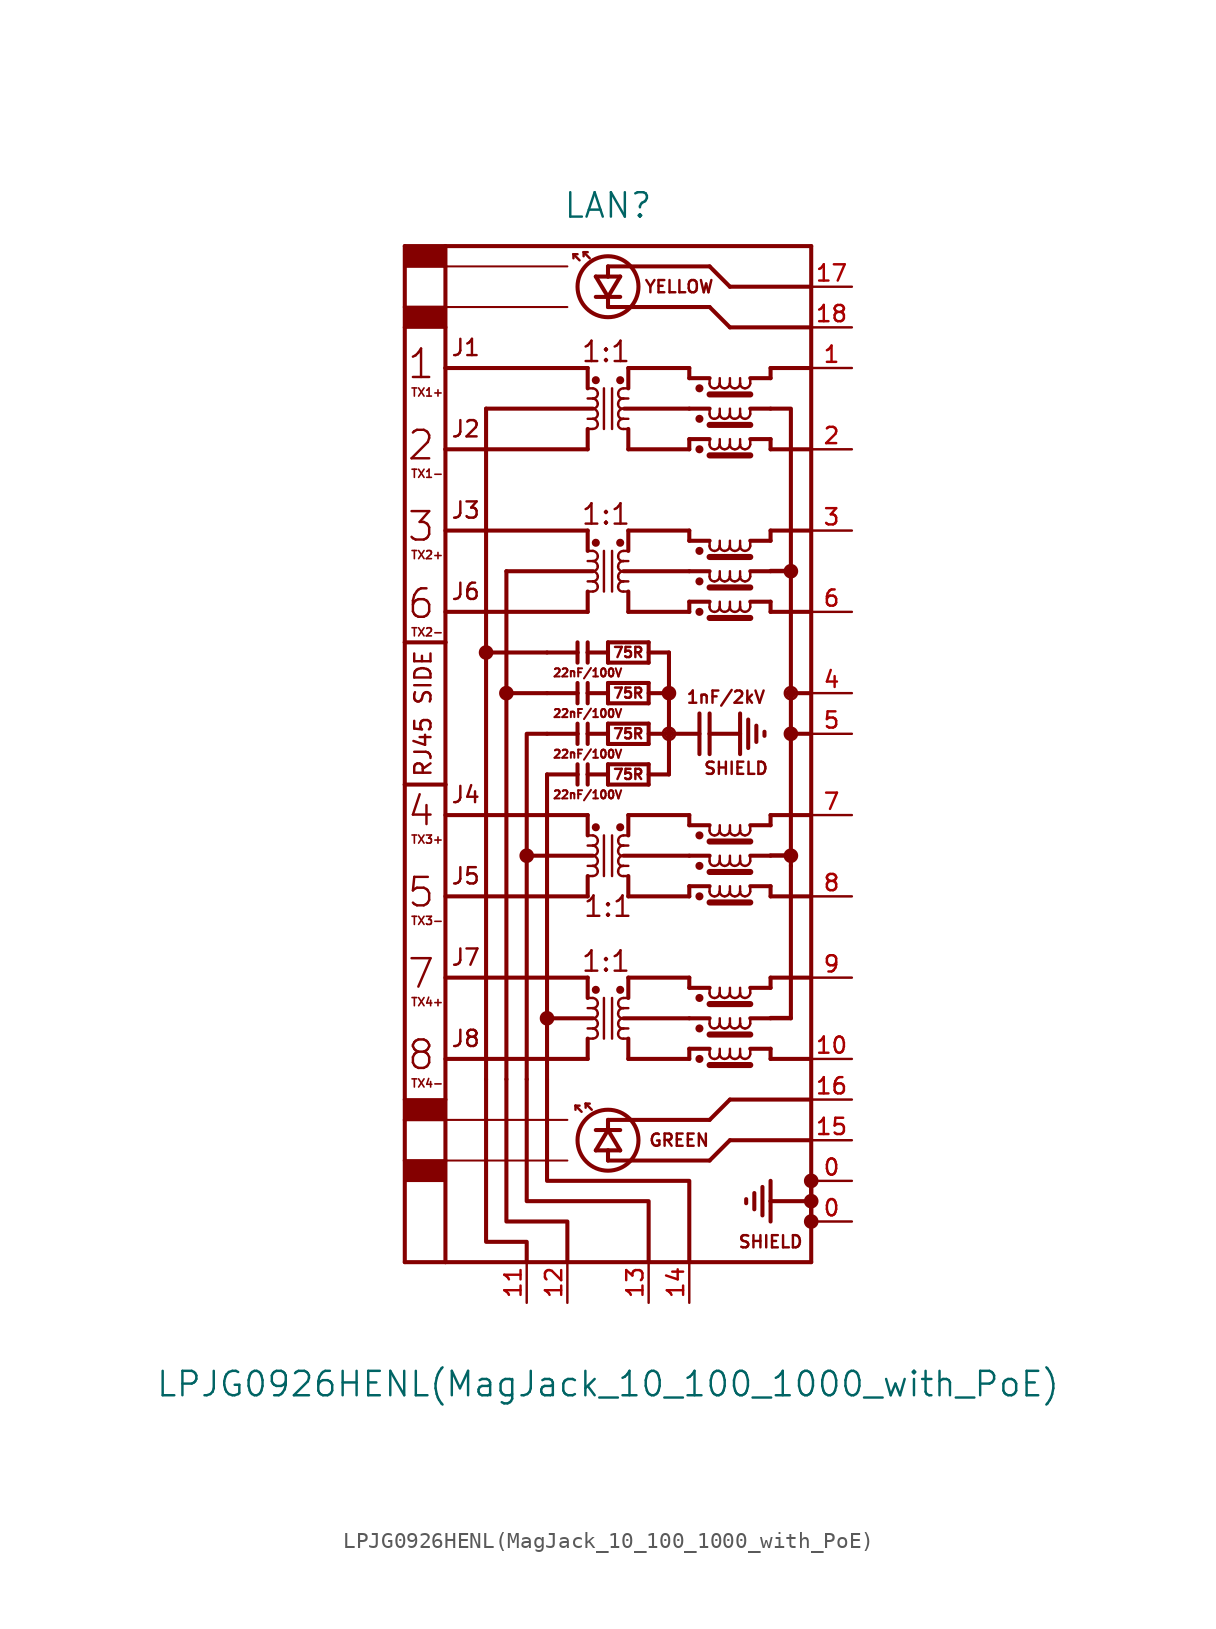
<source format=kicad_sym>
(kicad_symbol_lib
  (version 20231120)
  (generator "kicad_symbol_editor")
  (generator_version "8.0")
  (symbol "LPJG0926HENL(MagJack_10_100_1000_with_PoE)"
    (pin_names hide)
    (property "Reference" "LAN"
      (at 0 35.56 0)
      (effects (font (size 1.524 1.524))))
    (property "Value" "LPJG0926HENL(MagJack_10_100_1000_with_PoE)"
      (at 0 -38.1 0)
      (effects (font (size 1.524 1.524))))
    (symbol "LPJG0926HENL(MagJack_10_100_1000_with_PoE)_0_1"
      (rectangle (start -12.7 -25.4) (end -10.16 -24.13) (stroke (width 0) (type solid)) (fill (type outline)))
      (rectangle (start -12.7 -21.59) (end -10.16 -20.32) (stroke (width 0) (type solid)) (fill (type outline)))
      (rectangle (start -12.7 27.94) (end -10.16 29.21) (stroke (width 0) (type solid)) (fill (type outline)))
      (rectangle (start -12.7 31.75) (end -10.16 33.02) (stroke (width 0) (type solid)) (fill (type outline)))
      (circle (center -7.62 7.62) (radius 0.381) (stroke (width 0) (type solid)) (fill (type outline)))
      (circle (center -6.35 5.08) (radius 0.381) (stroke (width 0) (type solid)) (fill (type outline)))
      (circle (center -5.08 -5.08) (radius 0.381) (stroke (width 0) (type solid)) (fill (type outline)))
      (circle (center -3.81 -15.24) (radius 0.381) (stroke (width 0) (type solid)) (fill (type outline)))
      (arc (start -0.9398 -16.51) (mid -0.7243 -16.4207) (end -0.635 -16.2052) (stroke (width 0) (type solid)) (fill (type none)))
      (arc (start -0.9398 -15.875) (mid -0.7243 -15.7857) (end -0.635 -15.5702) (stroke (width 0) (type solid)) (fill (type none)))
      (arc (start -0.9398 -15.24) (mid -0.7243 -15.1507) (end -0.635 -14.9352) (stroke (width 0) (type solid)) (fill (type none)))
      (arc (start -0.9398 -14.605) (mid -0.7243 -14.5157) (end -0.635 -14.3002) (stroke (width 0) (type solid)) (fill (type none)))
      (arc (start -0.9398 -6.35) (mid -0.7243 -6.2607) (end -0.635 -6.0452) (stroke (width 0) (type solid)) (fill (type none)))
      (arc (start -0.9398 -5.715) (mid -0.7243 -5.6257) (end -0.635 -5.4102) (stroke (width 0) (type solid)) (fill (type none)))
      (arc (start -0.9398 -5.08) (mid -0.7243 -4.9907) (end -0.635 -4.7752) (stroke (width 0) (type solid)) (fill (type none)))
      (arc (start -0.9398 -4.445) (mid -0.7243 -4.3557) (end -0.635 -4.1402) (stroke (width 0) (type solid)) (fill (type none)))
      (arc (start -0.9398 11.43) (mid -0.7243 11.5193) (end -0.635 11.7348) (stroke (width 0) (type solid)) (fill (type none)))
      (arc (start -0.9398 12.065) (mid -0.7243 12.1543) (end -0.635 12.3698) (stroke (width 0) (type solid)) (fill (type none)))
      (arc (start -0.9398 12.7) (mid -0.7243 12.7893) (end -0.635 13.0048) (stroke (width 0) (type solid)) (fill (type none)))
      (arc (start -0.9398 13.335) (mid -0.7243 13.4243) (end -0.635 13.6398) (stroke (width 0) (type solid)) (fill (type none)))
      (arc (start -0.9398 21.59) (mid -0.7243 21.6793) (end -0.635 21.8948) (stroke (width 0) (type solid)) (fill (type none)))
      (arc (start -0.9398 22.225) (mid -0.7243 22.3143) (end -0.635 22.5298) (stroke (width 0) (type solid)) (fill (type none)))
      (arc (start -0.9398 22.86) (mid -0.7243 22.9493) (end -0.635 23.1648) (stroke (width 0) (type solid)) (fill (type none)))
      (arc (start -0.9398 23.495) (mid -0.7243 23.5843) (end -0.635 23.7998) (stroke (width 0) (type solid)) (fill (type none)))
      (circle (center -0.762 -13.462) (radius 0.127) (stroke (width 0.254) (type solid)) (fill (type outline)))
      (circle (center -0.762 -3.302) (radius 0.127) (stroke (width 0.254) (type solid)) (fill (type outline)))
      (circle (center -0.762 14.478) (radius 0.127) (stroke (width 0.254) (type solid)) (fill (type outline)))
      (circle (center -0.762 24.638) (radius 0.127) (stroke (width 0.254) (type solid)) (fill (type outline)))
      (arc (start -0.635 -16.2052) (mid -0.7243 -15.9897) (end -0.9398 -15.875) (stroke (width 0) (type solid)) (fill (type none)))
      (arc (start -0.635 -15.5702) (mid -0.7243 -15.3547) (end -0.9398 -15.24) (stroke (width 0) (type solid)) (fill (type none)))
      (arc (start -0.635 -14.9352) (mid -0.7243 -14.7197) (end -0.9398 -14.605) (stroke (width 0) (type solid)) (fill (type none)))
      (arc (start -0.635 -14.3002) (mid -0.7243 -14.0847) (end -0.9398 -13.97) (stroke (width 0) (type solid)) (fill (type none)))
      (arc (start -0.635 -6.0452) (mid -0.7243 -5.8297) (end -0.9398 -5.715) (stroke (width 0) (type solid)) (fill (type none)))
      (arc (start -0.635 -5.4102) (mid -0.7243 -5.1947) (end -0.9398 -5.08) (stroke (width 0) (type solid)) (fill (type none)))
      (arc (start -0.635 -4.7752) (mid -0.7243 -4.5597) (end -0.9398 -4.445) (stroke (width 0) (type solid)) (fill (type none)))
      (arc (start -0.635 -4.1402) (mid -0.7243 -3.9247) (end -0.9398 -3.81) (stroke (width 0) (type solid)) (fill (type none)))
      (arc (start -0.635 11.7348) (mid -0.7243 11.9503) (end -0.9398 12.065) (stroke (width 0) (type solid)) (fill (type none)))
      (arc (start -0.635 12.3698) (mid -0.7243 12.5853) (end -0.9398 12.7) (stroke (width 0) (type solid)) (fill (type none)))
      (arc (start -0.635 13.0048) (mid -0.7243 13.2203) (end -0.9398 13.335) (stroke (width 0) (type solid)) (fill (type none)))
      (arc (start -0.635 13.6398) (mid -0.7243 13.8553) (end -0.9398 13.97) (stroke (width 0) (type solid)) (fill (type none)))
      (arc (start -0.635 21.8948) (mid -0.7243 22.1103) (end -0.9398 22.225) (stroke (width 0) (type solid)) (fill (type none)))
      (arc (start -0.635 22.5298) (mid -0.7243 22.7453) (end -0.9398 22.86) (stroke (width 0) (type solid)) (fill (type none)))
      (arc (start -0.635 23.1648) (mid -0.7243 23.3803) (end -0.9398 23.495) (stroke (width 0) (type solid)) (fill (type none)))
      (arc (start -0.635 23.7998) (mid -0.7243 24.0153) (end -0.9398 24.13) (stroke (width 0) (type solid)) (fill (type none)))
      (circle (center 0 -22.86) (radius 1.905) (stroke (width 0.254) (type solid)) (fill (type none)))
      (polyline (pts (xy -12.7 -30.48) (xy -10.16 -30.48)) (stroke (width 0.254) (type solid)) (fill (type none)))
      (polyline (pts (xy -12.7 -24.13) (xy -12.7 -30.48)) (stroke (width 0.254) (type solid)) (fill (type none)))
      (polyline (pts (xy -12.7 -21.59) (xy -12.7 -24.13)) (stroke (width 0.254) (type solid)) (fill (type none)))
      (polyline (pts (xy -12.7 -20.32) (xy -12.7 -21.59)) (stroke (width 0.254) (type solid)) (fill (type none)))
      (polyline (pts (xy -12.7 -20.32) (xy -10.16 -20.32)) (stroke (width 0) (type solid)) (fill (type none)))
      (polyline (pts (xy -12.7 -0.635) (xy -12.7 -20.32)) (stroke (width 0.254) (type solid)) (fill (type none)))
      (polyline (pts (xy -12.7 -0.635) (xy -10.16 -0.635)) (stroke (width 0.254) (type solid)) (fill (type none)))
      (polyline (pts (xy -12.7 8.255) (xy -12.7 -0.635)) (stroke (width 0.254) (type solid)) (fill (type none)))
      (polyline (pts (xy -12.7 8.255) (xy -10.16 8.255)) (stroke (width 0.254) (type solid)) (fill (type none)))
      (polyline (pts (xy -12.7 27.94) (xy -12.7 8.255)) (stroke (width 0.254) (type solid)) (fill (type none)))
      (polyline (pts (xy -12.7 29.21) (xy -12.7 27.94)) (stroke (width 0.254) (type solid)) (fill (type none)))
      (polyline (pts (xy -12.7 33.02) (xy -12.7 29.21)) (stroke (width 0.254) (type solid)) (fill (type none)))
      (polyline (pts (xy -10.16 -30.48) (xy -10.16 -24.13)) (stroke (width 0.254) (type solid)) (fill (type none)))
      (polyline (pts (xy -10.16 -24.13) (xy -12.7 -24.13)) (stroke (width 0) (type solid)) (fill (type none)))
      (polyline (pts (xy -10.16 -24.13) (xy -10.16 -21.59)) (stroke (width 0.254) (type solid)) (fill (type none)))
      (polyline (pts (xy -10.16 -24.13) (xy -2.54 -24.13)) (stroke (width 0.127) (type solid)) (fill (type none)))
      (polyline (pts (xy -10.16 -21.59) (xy -12.7 -21.59)) (stroke (width 0) (type solid)) (fill (type none)))
      (polyline (pts (xy -10.16 -21.59) (xy -10.16 -20.32)) (stroke (width 0.254) (type solid)) (fill (type none)))
      (polyline (pts (xy -10.16 -21.59) (xy -2.54 -21.59)) (stroke (width 0.127) (type solid)) (fill (type none)))
      (polyline (pts (xy -10.16 -20.32) (xy -10.16 -0.635)) (stroke (width 0.254) (type solid)) (fill (type none)))
      (polyline (pts (xy -10.16 -17.78) (xy -1.27 -17.78)) (stroke (width 0.254) (type solid)) (fill (type none)))
      (polyline (pts (xy -10.16 -12.7) (xy -1.27 -12.7)) (stroke (width 0.254) (type solid)) (fill (type none)))
      (polyline (pts (xy -10.16 -7.62) (xy -1.27 -7.62)) (stroke (width 0.254) (type solid)) (fill (type none)))
      (polyline (pts (xy -10.16 -2.54) (xy -1.27 -2.54)) (stroke (width 0.254) (type solid)) (fill (type none)))
      (polyline (pts (xy -10.16 -0.635) (xy -10.16 8.255)) (stroke (width 0.254) (type solid)) (fill (type none)))
      (polyline (pts (xy -10.16 8.255) (xy -10.16 20.32)) (stroke (width 0.254) (type solid)) (fill (type none)))
      (polyline (pts (xy -10.16 10.16) (xy -1.27 10.16)) (stroke (width 0.254) (type solid)) (fill (type none)))
      (polyline (pts (xy -10.16 15.24) (xy -1.27 15.24)) (stroke (width 0.254) (type solid)) (fill (type none)))
      (polyline (pts (xy -10.16 20.32) (xy -10.16 25.4)) (stroke (width 0.254) (type solid)) (fill (type none)))
      (polyline (pts (xy -10.16 20.32) (xy -1.27 20.32)) (stroke (width 0.254) (type solid)) (fill (type none)))
      (polyline (pts (xy -10.16 25.4) (xy -10.16 27.94)) (stroke (width 0.254) (type solid)) (fill (type none)))
      (polyline (pts (xy -10.16 25.4) (xy -1.27 25.4)) (stroke (width 0.254) (type solid)) (fill (type none)))
      (polyline (pts (xy -10.16 27.94) (xy -12.7 27.94)) (stroke (width 0) (type solid)) (fill (type none)))
      (polyline (pts (xy -10.16 27.94) (xy -10.16 29.21)) (stroke (width 0.254) (type solid)) (fill (type none)))
      (polyline (pts (xy -10.16 29.21) (xy -12.7 29.21)) (stroke (width 0) (type solid)) (fill (type none)))
      (polyline (pts (xy -10.16 29.21) (xy -10.16 31.75)) (stroke (width 0.254) (type solid)) (fill (type none)))
      (polyline (pts (xy -10.16 29.21) (xy -2.54 29.21)) (stroke (width 0.127) (type solid)) (fill (type none)))
      (polyline (pts (xy -10.16 31.75) (xy -12.7 31.75)) (stroke (width 0) (type solid)) (fill (type none)))
      (polyline (pts (xy -10.16 31.75) (xy -10.16 33.02)) (stroke (width 0.254) (type solid)) (fill (type none)))
      (polyline (pts (xy -10.16 31.75) (xy -2.54 31.75)) (stroke (width 0.127) (type solid)) (fill (type none)))
      (polyline (pts (xy -10.16 33.02) (xy -12.7 33.02)) (stroke (width 0.254) (type solid)) (fill (type none)))
      (polyline (pts (xy -10.16 33.02) (xy 12.7 33.02)) (stroke (width 0.254) (type solid)) (fill (type none)))
      (polyline (pts (xy -7.62 22.86) (xy -7.62 -19.05)) (stroke (width 0.254) (type solid)) (fill (type none)))
      (polyline (pts (xy -6.35 12.7) (xy -6.35 -19.05)) (stroke (width 0.254) (type solid)) (fill (type none)))
      (polyline (pts (xy -5.08 -5.08) (xy -5.08 -19.05)) (stroke (width 0.254) (type solid)) (fill (type none)))
      (polyline (pts (xy -3.81 -15.24) (xy -3.81 -19.05)) (stroke (width 0.254) (type solid)) (fill (type none)))
      (polyline (pts (xy -3.81 -15.24) (xy -3.81 0)) (stroke (width 0.254) (type solid)) (fill (type none)))
      (polyline (pts (xy -3.81 5.08) (xy -6.35 5.08)) (stroke (width 0.254) (type solid)) (fill (type none)))
      (polyline (pts (xy -3.81 7.62) (xy -7.62 7.62)) (stroke (width 0.254) (type solid)) (fill (type none)))
      (polyline (pts (xy -2.159 32.512) (xy -2.159 32.258)) (stroke (width 0) (type solid)) (fill (type none)))
      (polyline (pts (xy -2.032 -20.701) (xy -2.032 -20.955)) (stroke (width 0) (type solid)) (fill (type none)))
      (polyline (pts (xy -1.905 -0.635) (xy -1.905 0)) (stroke (width 0.254) (type solid)) (fill (type none)))
      (polyline (pts (xy -1.905 0) (xy -3.81 0)) (stroke (width 0.254) (type solid)) (fill (type none)))
      (polyline (pts (xy -1.905 0) (xy -1.905 0.635)) (stroke (width 0.254) (type solid)) (fill (type none)))
      (polyline (pts (xy -1.905 1.905) (xy -1.905 2.54)) (stroke (width 0.254) (type solid)) (fill (type none)))
      (polyline (pts (xy -1.905 2.54) (xy -3.81 2.54)) (stroke (width 0.254) (type solid)) (fill (type none)))
      (polyline (pts (xy -1.905 2.54) (xy -1.905 3.175)) (stroke (width 0.254) (type solid)) (fill (type none)))
      (polyline (pts (xy -1.905 4.445) (xy -1.905 5.08)) (stroke (width 0.254) (type solid)) (fill (type none)))
      (polyline (pts (xy -1.905 5.08) (xy -3.81 5.08)) (stroke (width 0.254) (type solid)) (fill (type none)))
      (polyline (pts (xy -1.905 5.08) (xy -1.905 5.715)) (stroke (width 0.254) (type solid)) (fill (type none)))
      (polyline (pts (xy -1.905 6.985) (xy -1.905 7.62)) (stroke (width 0.254) (type solid)) (fill (type none)))
      (polyline (pts (xy -1.905 7.62) (xy -3.81 7.62)) (stroke (width 0.254) (type solid)) (fill (type none)))
      (polyline (pts (xy -1.905 7.62) (xy -1.905 8.255)) (stroke (width 0.254) (type solid)) (fill (type none)))
      (polyline (pts (xy -1.905 32.512) (xy -2.159 32.512)) (stroke (width 0) (type solid)) (fill (type none)))
      (polyline (pts (xy -1.778 -20.701) (xy -2.032 -20.701)) (stroke (width 0) (type solid)) (fill (type none)))
      (polyline (pts (xy -1.778 32.131) (xy -2.159 32.512)) (stroke (width 0) (type solid)) (fill (type none)))
      (polyline (pts (xy -1.651 -21.082) (xy -2.032 -20.701)) (stroke (width 0) (type solid)) (fill (type none)))
      (polyline (pts (xy -1.524 32.639) (xy -1.524 32.385)) (stroke (width 0) (type solid)) (fill (type none)))
      (polyline (pts (xy -1.524 32.639) (xy -1.27 32.639)) (stroke (width 0) (type solid)) (fill (type none)))
      (polyline (pts (xy -1.397 -20.574) (xy -1.397 -20.828)) (stroke (width 0) (type solid)) (fill (type none)))
      (polyline (pts (xy -1.397 -20.574) (xy -1.143 -20.574)) (stroke (width 0) (type solid)) (fill (type none)))
      (polyline (pts (xy -1.27 -17.78) (xy -1.27 -16.51)) (stroke (width 0.254) (type solid)) (fill (type none)))
      (polyline (pts (xy -1.27 -15.875) (xy -0.94 -15.875)) (stroke (width 0) (type solid)) (fill (type none)))
      (polyline (pts (xy -1.27 -14.605) (xy -0.94 -14.605)) (stroke (width 0) (type solid)) (fill (type none)))
      (polyline (pts (xy -1.27 -13.97) (xy -0.94 -13.97)) (stroke (width 0) (type solid)) (fill (type none)))
      (polyline (pts (xy -1.27 -12.7) (xy -1.27 -13.97)) (stroke (width 0.254) (type solid)) (fill (type none)))
      (polyline (pts (xy -1.27 -7.62) (xy -1.27 -6.35)) (stroke (width 0.254) (type solid)) (fill (type none)))
      (polyline (pts (xy -1.27 -5.715) (xy -0.94 -5.715)) (stroke (width 0) (type solid)) (fill (type none)))
      (polyline (pts (xy -1.27 -4.445) (xy -0.94 -4.445)) (stroke (width 0) (type solid)) (fill (type none)))
      (polyline (pts (xy -1.27 -3.81) (xy -0.94 -3.81)) (stroke (width 0) (type solid)) (fill (type none)))
      (polyline (pts (xy -1.27 -2.54) (xy -1.27 -3.81)) (stroke (width 0.254) (type solid)) (fill (type none)))
      (polyline (pts (xy -1.27 -0.635) (xy -1.27 0)) (stroke (width 0.254) (type solid)) (fill (type none)))
      (polyline (pts (xy -1.27 0) (xy -1.27 0.635)) (stroke (width 0.254) (type solid)) (fill (type none)))
      (polyline (pts (xy -1.27 1.905) (xy -1.27 2.54)) (stroke (width 0.254) (type solid)) (fill (type none)))
      (polyline (pts (xy -1.27 2.54) (xy -1.27 3.175)) (stroke (width 0.254) (type solid)) (fill (type none)))
      (polyline (pts (xy -1.27 4.445) (xy -1.27 5.08)) (stroke (width 0.254) (type solid)) (fill (type none)))
      (polyline (pts (xy -1.27 5.08) (xy -1.27 5.715)) (stroke (width 0.254) (type solid)) (fill (type none)))
      (polyline (pts (xy -1.27 6.985) (xy -1.27 7.62)) (stroke (width 0.254) (type solid)) (fill (type none)))
      (polyline (pts (xy -1.27 7.62) (xy -1.27 8.255)) (stroke (width 0.254) (type solid)) (fill (type none)))
      (polyline (pts (xy -1.27 10.16) (xy -1.27 11.43)) (stroke (width 0.254) (type solid)) (fill (type none)))
      (polyline (pts (xy -1.27 12.065) (xy -0.94 12.065)) (stroke (width 0) (type solid)) (fill (type none)))
      (polyline (pts (xy -1.27 13.335) (xy -0.94 13.335)) (stroke (width 0) (type solid)) (fill (type none)))
      (polyline (pts (xy -1.27 13.97) (xy -0.94 13.97)) (stroke (width 0) (type solid)) (fill (type none)))
      (polyline (pts (xy -1.27 15.24) (xy -1.27 13.97)) (stroke (width 0.254) (type solid)) (fill (type none)))
      (polyline (pts (xy -1.27 20.32) (xy -1.27 21.59)) (stroke (width 0.254) (type solid)) (fill (type none)))
      (polyline (pts (xy -1.27 22.225) (xy -0.94 22.225)) (stroke (width 0) (type solid)) (fill (type none)))
      (polyline (pts (xy -1.27 23.495) (xy -0.94 23.495)) (stroke (width 0) (type solid)) (fill (type none)))
      (polyline (pts (xy -1.27 24.13) (xy -0.94 24.13)) (stroke (width 0) (type solid)) (fill (type none)))
      (polyline (pts (xy -1.27 25.4) (xy -1.27 24.13)) (stroke (width 0.254) (type solid)) (fill (type none)))
      (polyline (pts (xy -1.143 32.258) (xy -1.524 32.639)) (stroke (width 0) (type solid)) (fill (type none)))
      (polyline (pts (xy -1.016 -20.955) (xy -1.397 -20.574)) (stroke (width 0) (type solid)) (fill (type none)))
      (polyline (pts (xy -0.94 -16.51) (xy -1.27 -16.51)) (stroke (width 0) (type solid)) (fill (type none)))
      (polyline (pts (xy -0.94 -15.24) (xy -3.81 -15.24)) (stroke (width 0.254) (type solid)) (fill (type none)))
      (polyline (pts (xy -0.94 -6.35) (xy -1.27 -6.35)) (stroke (width 0) (type solid)) (fill (type none)))
      (polyline (pts (xy -0.94 -5.08) (xy -5.08 -5.08)) (stroke (width 0.254) (type solid)) (fill (type none)))
      (polyline (pts (xy -0.94 11.43) (xy -1.27 11.43)) (stroke (width 0) (type solid)) (fill (type none)))
      (polyline (pts (xy -0.94 12.7) (xy -6.35 12.7)) (stroke (width 0.254) (type solid)) (fill (type none)))
      (polyline (pts (xy -0.94 21.59) (xy -1.27 21.59)) (stroke (width 0) (type solid)) (fill (type none)))
      (polyline (pts (xy -0.94 22.86) (xy -7.62 22.86)) (stroke (width 0.254) (type solid)) (fill (type none)))
      (polyline (pts (xy -0.762 -23.495) (xy 0 -23.495)) (stroke (width 0.254) (type solid)) (fill (type none)))
      (polyline (pts (xy -0.762 -23.495) (xy 0 -22.225)) (stroke (width 0.254) (type solid)) (fill (type none)))
      (polyline (pts (xy -0.762 -22.225) (xy 0 -22.225)) (stroke (width 0.254) (type solid)) (fill (type none)))
      (polyline (pts (xy -0.254 -13.97) (xy -0.254 -16.51)) (stroke (width 0) (type solid)) (fill (type none)))
      (polyline (pts (xy -0.254 -3.81) (xy -0.254 -6.35)) (stroke (width 0) (type solid)) (fill (type none)))
      (polyline (pts (xy -0.254 13.97) (xy -0.254 11.43)) (stroke (width 0) (type solid)) (fill (type none)))
      (polyline (pts (xy -0.254 24.13) (xy -0.254 21.59)) (stroke (width 0) (type solid)) (fill (type none)))
      (polyline (pts (xy 0 -24.13) (xy 6.35 -24.13)) (stroke (width 0.254) (type solid)) (fill (type none)))
      (polyline (pts (xy 0 -23.495) (xy 0 -24.13)) (stroke (width 0.254) (type solid)) (fill (type none)))
      (polyline (pts (xy 0 -23.495) (xy 0.762 -23.495)) (stroke (width 0.254) (type solid)) (fill (type none)))
      (polyline (pts (xy 0 -22.225) (xy 0 -21.59)) (stroke (width 0.254) (type solid)) (fill (type none)))
      (polyline (pts (xy 0 -22.225) (xy 0.762 -23.495)) (stroke (width 0.254) (type solid)) (fill (type none)))
      (polyline (pts (xy 0 -22.225) (xy 0.762 -22.225)) (stroke (width 0.254) (type solid)) (fill (type none)))
      (polyline (pts (xy 0 -21.59) (xy 6.35 -21.59)) (stroke (width 0.254) (type solid)) (fill (type none)))
      (polyline (pts (xy 0 -0.635) (xy 0 0)) (stroke (width 0.254) (type solid)) (fill (type none)))
      (polyline (pts (xy 0 0) (xy -1.27 0)) (stroke (width 0.254) (type solid)) (fill (type none)))
      (polyline (pts (xy 0 0) (xy 0 0.635)) (stroke (width 0.254) (type solid)) (fill (type none)))
      (polyline (pts (xy 0 0.635) (xy 2.54 0.635)) (stroke (width 0.254) (type solid)) (fill (type none)))
      (polyline (pts (xy 0 1.905) (xy 0 2.54)) (stroke (width 0.254) (type solid)) (fill (type none)))
      (polyline (pts (xy 0 2.54) (xy -1.27 2.54)) (stroke (width 0.254) (type solid)) (fill (type none)))
      (polyline (pts (xy 0 2.54) (xy 0 3.175)) (stroke (width 0.254) (type solid)) (fill (type none)))
      (polyline (pts (xy 0 3.175) (xy 2.54 3.175)) (stroke (width 0.254) (type solid)) (fill (type none)))
      (polyline (pts (xy 0 4.445) (xy 0 5.08)) (stroke (width 0.254) (type solid)) (fill (type none)))
      (polyline (pts (xy 0 5.08) (xy -1.27 5.08)) (stroke (width 0.254) (type solid)) (fill (type none)))
      (polyline (pts (xy 0 5.08) (xy 0 5.715)) (stroke (width 0.254) (type solid)) (fill (type none)))
      (polyline (pts (xy 0 5.715) (xy 2.54 5.715)) (stroke (width 0.254) (type solid)) (fill (type none)))
      (polyline (pts (xy 0 6.985) (xy 0 7.62)) (stroke (width 0.254) (type solid)) (fill (type none)))
      (polyline (pts (xy 0 7.62) (xy -1.27 7.62)) (stroke (width 0.254) (type solid)) (fill (type none)))
      (polyline (pts (xy 0 7.62) (xy 0 8.255)) (stroke (width 0.254) (type solid)) (fill (type none)))
      (polyline (pts (xy 0 8.255) (xy 2.54 8.255)) (stroke (width 0.254) (type solid)) (fill (type none)))
      (polyline (pts (xy 0 29.21) (xy 6.35 29.21)) (stroke (width 0.254) (type solid)) (fill (type none)))
      (polyline (pts (xy 0 29.845) (xy -0.762 29.845)) (stroke (width 0.254) (type solid)) (fill (type none)))
      (polyline (pts (xy 0 29.845) (xy -0.762 31.115)) (stroke (width 0.254) (type solid)) (fill (type none)))
      (polyline (pts (xy 0 29.845) (xy 0 29.21)) (stroke (width 0.254) (type solid)) (fill (type none)))
      (polyline (pts (xy 0 31.115) (xy -0.762 31.115)) (stroke (width 0.254) (type solid)) (fill (type none)))
      (polyline (pts (xy 0 31.115) (xy 0 31.75)) (stroke (width 0.254) (type solid)) (fill (type none)))
      (polyline (pts (xy 0 31.75) (xy 6.35 31.75)) (stroke (width 0.254) (type solid)) (fill (type none)))
      (polyline (pts (xy 0.254 -13.97) (xy 0.254 -16.51)) (stroke (width 0) (type solid)) (fill (type none)))
      (polyline (pts (xy 0.254 -3.81) (xy 0.254 -6.35)) (stroke (width 0) (type solid)) (fill (type none)))
      (polyline (pts (xy 0.254 13.97) (xy 0.254 11.43)) (stroke (width 0) (type solid)) (fill (type none)))
      (polyline (pts (xy 0.254 24.13) (xy 0.254 21.59)) (stroke (width 0) (type solid)) (fill (type none)))
      (polyline (pts (xy 0.762 29.845) (xy 0 29.845)) (stroke (width 0.254) (type solid)) (fill (type none)))
      (polyline (pts (xy 0.762 31.115) (xy 0 29.845)) (stroke (width 0.254) (type solid)) (fill (type none)))
      (polyline (pts (xy 0.762 31.115) (xy 0 31.115)) (stroke (width 0.254) (type solid)) (fill (type none)))
      (polyline (pts (xy 0.965 -16.51) (xy 1.27 -16.51)) (stroke (width 0) (type solid)) (fill (type none)))
      (polyline (pts (xy 0.965 -15.24) (xy 5.08 -15.24)) (stroke (width 0.254) (type solid)) (fill (type none)))
      (polyline (pts (xy 0.965 -6.35) (xy 1.27 -6.35)) (stroke (width 0) (type solid)) (fill (type none)))
      (polyline (pts (xy 0.965 -5.08) (xy 5.08 -5.08)) (stroke (width 0.254) (type solid)) (fill (type none)))
      (polyline (pts (xy 0.965 11.43) (xy 1.27 11.43)) (stroke (width 0) (type solid)) (fill (type none)))
      (polyline (pts (xy 0.965 12.7) (xy 5.08 12.7)) (stroke (width 0.254) (type solid)) (fill (type none)))
      (polyline (pts (xy 0.965 21.59) (xy 1.27 21.59)) (stroke (width 0) (type solid)) (fill (type none)))
      (polyline (pts (xy 1.016 22.86) (xy 5.08 22.86)) (stroke (width 0.254) (type solid)) (fill (type none)))
      (polyline (pts (xy 1.27 -17.78) (xy 1.27 -16.51)) (stroke (width 0.254) (type solid)) (fill (type none)))
      (polyline (pts (xy 1.27 -15.875) (xy 0.965 -15.875)) (stroke (width 0) (type solid)) (fill (type none)))
      (polyline (pts (xy 1.27 -14.605) (xy 0.965 -14.605)) (stroke (width 0) (type solid)) (fill (type none)))
      (polyline (pts (xy 1.27 -13.97) (xy 0.965 -13.97)) (stroke (width 0) (type solid)) (fill (type none)))
      (polyline (pts (xy 1.27 -12.7) (xy 1.27 -13.97)) (stroke (width 0.254) (type solid)) (fill (type none)))
      (polyline (pts (xy 1.27 -7.62) (xy 1.27 -6.35)) (stroke (width 0.254) (type solid)) (fill (type none)))
      (polyline (pts (xy 1.27 -5.715) (xy 0.965 -5.715)) (stroke (width 0) (type solid)) (fill (type none)))
      (polyline (pts (xy 1.27 -4.445) (xy 0.965 -4.445)) (stroke (width 0) (type solid)) (fill (type none)))
      (polyline (pts (xy 1.27 -3.81) (xy 0.965 -3.81)) (stroke (width 0) (type solid)) (fill (type none)))
      (polyline (pts (xy 1.27 -2.54) (xy 1.27 -3.81)) (stroke (width 0.254) (type solid)) (fill (type none)))
      (polyline (pts (xy 1.27 10.16) (xy 1.27 11.43)) (stroke (width 0.254) (type solid)) (fill (type none)))
      (polyline (pts (xy 1.27 12.065) (xy 0.965 12.065)) (stroke (width 0) (type solid)) (fill (type none)))
      (polyline (pts (xy 1.27 13.335) (xy 0.965 13.335)) (stroke (width 0) (type solid)) (fill (type none)))
      (polyline (pts (xy 1.27 13.97) (xy 0.965 13.97)) (stroke (width 0) (type solid)) (fill (type none)))
      (polyline (pts (xy 1.27 15.24) (xy 1.27 13.97)) (stroke (width 0.254) (type solid)) (fill (type none)))
      (polyline (pts (xy 1.27 20.32) (xy 1.27 21.59)) (stroke (width 0.254) (type solid)) (fill (type none)))
      (polyline (pts (xy 1.27 22.225) (xy 0.965 22.225)) (stroke (width 0) (type solid)) (fill (type none)))
      (polyline (pts (xy 1.27 23.495) (xy 0.965 23.495)) (stroke (width 0) (type solid)) (fill (type none)))
      (polyline (pts (xy 1.27 24.13) (xy 0.965 24.13)) (stroke (width 0) (type solid)) (fill (type none)))
      (polyline (pts (xy 1.27 25.4) (xy 1.27 24.13)) (stroke (width 0.254) (type solid)) (fill (type none)))
      (polyline (pts (xy 2.54 -0.635) (xy 0 -0.635)) (stroke (width 0.254) (type solid)) (fill (type none)))
      (polyline (pts (xy 2.54 0.635) (xy 2.54 -0.635)) (stroke (width 0.254) (type solid)) (fill (type none)))
      (polyline (pts (xy 2.54 1.905) (xy 0 1.905)) (stroke (width 0.254) (type solid)) (fill (type none)))
      (polyline (pts (xy 2.54 3.175) (xy 2.54 1.905)) (stroke (width 0.254) (type solid)) (fill (type none)))
      (polyline (pts (xy 2.54 4.445) (xy 0 4.445)) (stroke (width 0.254) (type solid)) (fill (type none)))
      (polyline (pts (xy 2.54 5.715) (xy 2.54 4.445)) (stroke (width 0.254) (type solid)) (fill (type none)))
      (polyline (pts (xy 2.54 6.985) (xy 0 6.985)) (stroke (width 0.254) (type solid)) (fill (type none)))
      (polyline (pts (xy 2.54 8.255) (xy 2.54 6.985)) (stroke (width 0.254) (type solid)) (fill (type none)))
      (polyline (pts (xy 3.81 0) (xy 2.54 0)) (stroke (width 0.254) (type solid)) (fill (type none)))
      (polyline (pts (xy 3.81 2.54) (xy 2.54 2.54)) (stroke (width 0.254) (type solid)) (fill (type none)))
      (polyline (pts (xy 3.81 2.54) (xy 5.715 2.54)) (stroke (width 0.254) (type solid)) (fill (type none)))
      (polyline (pts (xy 3.81 5.08) (xy 2.54 5.08)) (stroke (width 0.254) (type solid)) (fill (type none)))
      (polyline (pts (xy 3.81 7.62) (xy 2.54 7.62)) (stroke (width 0.254) (type solid)) (fill (type none)))
      (polyline (pts (xy 3.81 7.62) (xy 3.81 0)) (stroke (width 0.254) (type solid)) (fill (type none)))
      (polyline (pts (xy 5.08 -17.78) (xy 1.27 -17.78)) (stroke (width 0.254) (type solid)) (fill (type none)))
      (polyline (pts (xy 5.08 -17.145) (xy 5.08 -17.78)) (stroke (width 0.254) (type solid)) (fill (type none)))
      (polyline (pts (xy 5.08 -17.145) (xy 6.35 -17.145)) (stroke (width 0.254) (type solid)) (fill (type none)))
      (polyline (pts (xy 5.08 -15.24) (xy 6.35 -15.24)) (stroke (width 0.254) (type solid)) (fill (type none)))
      (polyline (pts (xy 5.08 -13.335) (xy 5.08 -12.7)) (stroke (width 0.254) (type solid)) (fill (type none)))
      (polyline (pts (xy 5.08 -13.335) (xy 6.35 -13.335)) (stroke (width 0.254) (type solid)) (fill (type none)))
      (polyline (pts (xy 5.08 -12.7) (xy 1.27 -12.7)) (stroke (width 0.254) (type solid)) (fill (type none)))
      (polyline (pts (xy 5.08 -7.62) (xy 1.27 -7.62)) (stroke (width 0.254) (type solid)) (fill (type none)))
      (polyline (pts (xy 5.08 -6.985) (xy 5.08 -7.62)) (stroke (width 0.254) (type solid)) (fill (type none)))
      (polyline (pts (xy 5.08 -6.985) (xy 6.35 -6.985)) (stroke (width 0.254) (type solid)) (fill (type none)))
      (polyline (pts (xy 5.08 -5.08) (xy 6.35 -5.08)) (stroke (width 0.254) (type solid)) (fill (type none)))
      (polyline (pts (xy 5.08 -3.175) (xy 5.08 -2.54)) (stroke (width 0.254) (type solid)) (fill (type none)))
      (polyline (pts (xy 5.08 -3.175) (xy 6.35 -3.175)) (stroke (width 0.254) (type solid)) (fill (type none)))
      (polyline (pts (xy 5.08 -2.54) (xy 1.27 -2.54)) (stroke (width 0.254) (type solid)) (fill (type none)))
      (polyline (pts (xy 5.08 10.16) (xy 1.27 10.16)) (stroke (width 0.254) (type solid)) (fill (type none)))
      (polyline (pts (xy 5.08 10.795) (xy 5.08 10.16)) (stroke (width 0.254) (type solid)) (fill (type none)))
      (polyline (pts (xy 5.08 10.795) (xy 6.35 10.795)) (stroke (width 0.254) (type solid)) (fill (type none)))
      (polyline (pts (xy 5.08 12.7) (xy 6.35 12.7)) (stroke (width 0.254) (type solid)) (fill (type none)))
      (polyline (pts (xy 5.08 14.605) (xy 5.08 15.24)) (stroke (width 0.254) (type solid)) (fill (type none)))
      (polyline (pts (xy 5.08 14.605) (xy 6.35 14.605)) (stroke (width 0.254) (type solid)) (fill (type none)))
      (polyline (pts (xy 5.08 15.24) (xy 1.27 15.24)) (stroke (width 0.254) (type solid)) (fill (type none)))
      (polyline (pts (xy 5.08 20.32) (xy 1.27 20.32)) (stroke (width 0.254) (type solid)) (fill (type none)))
      (polyline (pts (xy 5.08 20.955) (xy 5.08 20.32)) (stroke (width 0.254) (type solid)) (fill (type none)))
      (polyline (pts (xy 5.08 20.955) (xy 6.35 20.955)) (stroke (width 0.254) (type solid)) (fill (type none)))
      (polyline (pts (xy 5.08 22.86) (xy 6.35 22.86)) (stroke (width 0.254) (type solid)) (fill (type none)))
      (polyline (pts (xy 5.08 24.765) (xy 5.08 25.4)) (stroke (width 0.254) (type solid)) (fill (type none)))
      (polyline (pts (xy 5.08 24.765) (xy 6.35 24.765)) (stroke (width 0.254) (type solid)) (fill (type none)))
      (polyline (pts (xy 5.08 25.4) (xy 1.27 25.4)) (stroke (width 0.254) (type solid)) (fill (type none)))
      (polyline (pts (xy 5.715 3.81) (xy 5.715 1.27)) (stroke (width 0.254) (type solid)) (fill (type none)))
      (polyline (pts (xy 6.35 -24.13) (xy 7.62 -22.86)) (stroke (width 0.254) (type solid)) (fill (type none)))
      (polyline (pts (xy 6.35 -21.59) (xy 7.62 -20.32)) (stroke (width 0.254) (type solid)) (fill (type none)))
      (polyline (pts (xy 6.35 -17.475) (xy 6.35 -17.145)) (stroke (width 0) (type solid)) (fill (type none)))
      (polyline (pts (xy 6.35 -15.57) (xy 6.35 -15.24)) (stroke (width 0) (type solid)) (fill (type none)))
      (polyline (pts (xy 6.35 -13.665) (xy 6.35 -13.335)) (stroke (width 0) (type solid)) (fill (type none)))
      (polyline (pts (xy 6.35 -7.315) (xy 6.35 -6.985)) (stroke (width 0) (type solid)) (fill (type none)))
      (polyline (pts (xy 6.35 -5.41) (xy 6.35 -5.08)) (stroke (width 0) (type solid)) (fill (type none)))
      (polyline (pts (xy 6.35 -3.505) (xy 6.35 -3.175)) (stroke (width 0) (type solid)) (fill (type none)))
      (polyline (pts (xy 6.35 2.54) (xy 6.35 1.27)) (stroke (width 0.254) (type solid)) (fill (type none)))
      (polyline (pts (xy 6.35 2.54) (xy 8.255 2.54)) (stroke (width 0.254) (type solid)) (fill (type none)))
      (polyline (pts (xy 6.35 3.81) (xy 6.35 2.54)) (stroke (width 0.254) (type solid)) (fill (type none)))
      (polyline (pts (xy 6.35 10.465) (xy 6.35 10.795)) (stroke (width 0) (type solid)) (fill (type none)))
      (polyline (pts (xy 6.35 12.37) (xy 6.35 12.7)) (stroke (width 0) (type solid)) (fill (type none)))
      (polyline (pts (xy 6.35 14.275) (xy 6.35 14.605)) (stroke (width 0) (type solid)) (fill (type none)))
      (polyline (pts (xy 6.35 20.625) (xy 6.35 20.955)) (stroke (width 0) (type solid)) (fill (type none)))
      (polyline (pts (xy 6.35 22.53) (xy 6.35 22.86)) (stroke (width 0) (type solid)) (fill (type none)))
      (polyline (pts (xy 6.35 24.435) (xy 6.35 24.765)) (stroke (width 0) (type solid)) (fill (type none)))
      (polyline (pts (xy 6.35 29.21) (xy 7.62 27.94)) (stroke (width 0.254) (type solid)) (fill (type none)))
      (polyline (pts (xy 6.35 31.75) (xy 7.62 30.48)) (stroke (width 0.254) (type solid)) (fill (type none)))
      (polyline (pts (xy 6.985 -17.145) (xy 6.985 -17.475)) (stroke (width 0) (type solid)) (fill (type none)))
      (polyline (pts (xy 6.985 -15.24) (xy 6.985 -15.57)) (stroke (width 0) (type solid)) (fill (type none)))
      (polyline (pts (xy 6.985 -13.335) (xy 6.985 -13.665)) (stroke (width 0) (type solid)) (fill (type none)))
      (polyline (pts (xy 6.985 -6.985) (xy 6.985 -7.315)) (stroke (width 0) (type solid)) (fill (type none)))
      (polyline (pts (xy 6.985 -5.08) (xy 6.985 -5.41)) (stroke (width 0) (type solid)) (fill (type none)))
      (polyline (pts (xy 6.985 -3.175) (xy 6.985 -3.505)) (stroke (width 0) (type solid)) (fill (type none)))
      (polyline (pts (xy 6.985 10.795) (xy 6.985 10.465)) (stroke (width 0) (type solid)) (fill (type none)))
      (polyline (pts (xy 6.985 12.7) (xy 6.985 12.37)) (stroke (width 0) (type solid)) (fill (type none)))
      (polyline (pts (xy 6.985 14.605) (xy 6.985 14.275)) (stroke (width 0) (type solid)) (fill (type none)))
      (polyline (pts (xy 6.985 20.955) (xy 6.985 20.625)) (stroke (width 0) (type solid)) (fill (type none)))
      (polyline (pts (xy 6.985 22.86) (xy 6.985 22.53)) (stroke (width 0) (type solid)) (fill (type none)))
      (polyline (pts (xy 6.985 24.765) (xy 6.985 24.435)) (stroke (width 0) (type solid)) (fill (type none)))
      (polyline (pts (xy 7.62 -22.86) (xy 12.7 -22.86)) (stroke (width 0.254) (type solid)) (fill (type none)))
      (polyline (pts (xy 7.62 -20.32) (xy 12.7 -20.32)) (stroke (width 0.254) (type solid)) (fill (type none)))
      (polyline (pts (xy 7.62 -17.145) (xy 7.62 -17.475)) (stroke (width 0) (type solid)) (fill (type none)))
      (polyline (pts (xy 7.62 -15.24) (xy 7.62 -15.57)) (stroke (width 0) (type solid)) (fill (type none)))
      (polyline (pts (xy 7.62 -13.335) (xy 7.62 -13.665)) (stroke (width 0) (type solid)) (fill (type none)))
      (polyline (pts (xy 7.62 -6.985) (xy 7.62 -7.315)) (stroke (width 0) (type solid)) (fill (type none)))
      (polyline (pts (xy 7.62 -5.08) (xy 7.62 -5.41)) (stroke (width 0) (type solid)) (fill (type none)))
      (polyline (pts (xy 7.62 -3.175) (xy 7.62 -3.505)) (stroke (width 0) (type solid)) (fill (type none)))
      (polyline (pts (xy 7.62 10.795) (xy 7.62 10.465)) (stroke (width 0) (type solid)) (fill (type none)))
      (polyline (pts (xy 7.62 12.7) (xy 7.62 12.37)) (stroke (width 0) (type solid)) (fill (type none)))
      (polyline (pts (xy 7.62 14.605) (xy 7.62 14.275)) (stroke (width 0) (type solid)) (fill (type none)))
      (polyline (pts (xy 7.62 20.955) (xy 7.62 20.625)) (stroke (width 0) (type solid)) (fill (type none)))
      (polyline (pts (xy 7.62 22.86) (xy 7.62 22.53)) (stroke (width 0) (type solid)) (fill (type none)))
      (polyline (pts (xy 7.62 24.765) (xy 7.62 24.435)) (stroke (width 0) (type solid)) (fill (type none)))
      (polyline (pts (xy 7.62 27.94) (xy 12.7 27.94)) (stroke (width 0.254) (type solid)) (fill (type none)))
      (polyline (pts (xy 7.62 30.48) (xy 12.7 30.48)) (stroke (width 0.254) (type solid)) (fill (type none)))
      (polyline (pts (xy 8.255 -17.145) (xy 8.255 -17.475)) (stroke (width 0) (type solid)) (fill (type none)))
      (polyline (pts (xy 8.255 -15.24) (xy 8.255 -15.57)) (stroke (width 0) (type solid)) (fill (type none)))
      (polyline (pts (xy 8.255 -13.335) (xy 8.255 -13.665)) (stroke (width 0) (type solid)) (fill (type none)))
      (polyline (pts (xy 8.255 -6.985) (xy 8.255 -7.315)) (stroke (width 0) (type solid)) (fill (type none)))
      (polyline (pts (xy 8.255 -5.08) (xy 8.255 -5.41)) (stroke (width 0) (type solid)) (fill (type none)))
      (polyline (pts (xy 8.255 -3.175) (xy 8.255 -3.505)) (stroke (width 0) (type solid)) (fill (type none)))
      (polyline (pts (xy 8.255 3.81) (xy 8.255 1.27)) (stroke (width 0.254) (type solid)) (fill (type none)))
      (polyline (pts (xy 8.255 10.795) (xy 8.255 10.465)) (stroke (width 0) (type solid)) (fill (type none)))
      (polyline (pts (xy 8.255 12.7) (xy 8.255 12.37)) (stroke (width 0) (type solid)) (fill (type none)))
      (polyline (pts (xy 8.255 14.605) (xy 8.255 14.275)) (stroke (width 0) (type solid)) (fill (type none)))
      (polyline (pts (xy 8.255 20.955) (xy 8.255 20.625)) (stroke (width 0) (type solid)) (fill (type none)))
      (polyline (pts (xy 8.255 22.86) (xy 8.255 22.53)) (stroke (width 0) (type solid)) (fill (type none)))
      (polyline (pts (xy 8.255 24.765) (xy 8.255 24.435)) (stroke (width 0) (type solid)) (fill (type none)))
      (polyline (pts (xy 8.636 -26.797) (xy 8.636 -26.543)) (stroke (width 0.254) (type solid)) (fill (type none)))
      (polyline (pts (xy 8.763 3.429) (xy 8.763 1.651)) (stroke (width 0.254) (type solid)) (fill (type none)))
      (polyline (pts (xy 8.89 -18.161) (xy 6.35 -18.161)) (stroke (width 0.381) (type solid)) (fill (type none)))
      (polyline (pts (xy 8.89 -17.145) (xy 8.89 -17.475)) (stroke (width 0) (type solid)) (fill (type none)))
      (polyline (pts (xy 8.89 -16.256) (xy 6.35 -16.256)) (stroke (width 0.381) (type solid)) (fill (type none)))
      (polyline (pts (xy 8.89 -15.24) (xy 8.89 -15.57)) (stroke (width 0) (type solid)) (fill (type none)))
      (polyline (pts (xy 8.89 -14.351) (xy 6.35 -14.351)) (stroke (width 0.381) (type solid)) (fill (type none)))
      (polyline (pts (xy 8.89 -13.335) (xy 8.89 -13.665)) (stroke (width 0) (type solid)) (fill (type none)))
      (polyline (pts (xy 8.89 -8.001) (xy 6.35 -8.001)) (stroke (width 0.381) (type solid)) (fill (type none)))
      (polyline (pts (xy 8.89 -6.985) (xy 8.89 -7.315)) (stroke (width 0) (type solid)) (fill (type none)))
      (polyline (pts (xy 8.89 -6.096) (xy 6.35 -6.096)) (stroke (width 0.381) (type solid)) (fill (type none)))
      (polyline (pts (xy 8.89 -5.08) (xy 8.89 -5.41)) (stroke (width 0) (type solid)) (fill (type none)))
      (polyline (pts (xy 8.89 -4.191) (xy 6.35 -4.191)) (stroke (width 0.381) (type solid)) (fill (type none)))
      (polyline (pts (xy 8.89 -3.175) (xy 8.89 -3.505)) (stroke (width 0) (type solid)) (fill (type none)))
      (polyline (pts (xy 8.89 9.779) (xy 6.35 9.779)) (stroke (width 0.381) (type solid)) (fill (type none)))
      (polyline (pts (xy 8.89 10.795) (xy 8.89 10.465)) (stroke (width 0) (type solid)) (fill (type none)))
      (polyline (pts (xy 8.89 11.684) (xy 6.35 11.684)) (stroke (width 0.381) (type solid)) (fill (type none)))
      (polyline (pts (xy 8.89 12.7) (xy 8.89 12.37)) (stroke (width 0) (type solid)) (fill (type none)))
      (polyline (pts (xy 8.89 13.589) (xy 6.35 13.589)) (stroke (width 0.381) (type solid)) (fill (type none)))
      (polyline (pts (xy 8.89 14.605) (xy 8.89 14.275)) (stroke (width 0) (type solid)) (fill (type none)))
      (polyline (pts (xy 8.89 19.939) (xy 6.35 19.939)) (stroke (width 0.381) (type solid)) (fill (type none)))
      (polyline (pts (xy 8.89 20.955) (xy 8.89 20.625)) (stroke (width 0) (type solid)) (fill (type none)))
      (polyline (pts (xy 8.89 21.844) (xy 6.35 21.844)) (stroke (width 0.381) (type solid)) (fill (type none)))
      (polyline (pts (xy 8.89 22.86) (xy 8.89 22.53)) (stroke (width 0) (type solid)) (fill (type none)))
      (polyline (pts (xy 8.89 23.749) (xy 6.35 23.749)) (stroke (width 0.381) (type solid)) (fill (type none)))
      (polyline (pts (xy 8.89 24.765) (xy 8.89 24.435)) (stroke (width 0) (type solid)) (fill (type none)))
      (polyline (pts (xy 9.144 -27.178) (xy 9.144 -26.162)) (stroke (width 0.254) (type solid)) (fill (type none)))
      (polyline (pts (xy 9.271 3.048) (xy 9.271 2.032)) (stroke (width 0.254) (type solid)) (fill (type none)))
      (polyline (pts (xy 9.652 -27.559) (xy 9.652 -25.781)) (stroke (width 0.254) (type solid)) (fill (type none)))
      (polyline (pts (xy 9.779 2.667) (xy 9.779 2.413)) (stroke (width 0.254) (type solid)) (fill (type none)))
      (polyline (pts (xy 10.16 -27.94) (xy 10.16 -26.67)) (stroke (width 0.254) (type solid)) (fill (type none)))
      (polyline (pts (xy 10.16 -26.67) (xy 10.16 -25.4)) (stroke (width 0.254) (type solid)) (fill (type none)))
      (polyline (pts (xy 10.16 -17.78) (xy 10.16 -17.145)) (stroke (width 0.254) (type solid)) (fill (type none)))
      (polyline (pts (xy 10.16 -17.145) (xy 8.89 -17.145)) (stroke (width 0.254) (type solid)) (fill (type none)))
      (polyline (pts (xy 10.16 -15.24) (xy 8.89 -15.24)) (stroke (width 0.254) (type solid)) (fill (type none)))
      (polyline (pts (xy 10.16 -13.335) (xy 8.89 -13.335)) (stroke (width 0.254) (type solid)) (fill (type none)))
      (polyline (pts (xy 10.16 -12.7) (xy 10.16 -13.335)) (stroke (width 0.254) (type solid)) (fill (type none)))
      (polyline (pts (xy 10.16 -7.62) (xy 10.16 -6.985)) (stroke (width 0.254) (type solid)) (fill (type none)))
      (polyline (pts (xy 10.16 -6.985) (xy 8.89 -6.985)) (stroke (width 0.254) (type solid)) (fill (type none)))
      (polyline (pts (xy 10.16 -5.08) (xy 8.89 -5.08)) (stroke (width 0.254) (type solid)) (fill (type none)))
      (polyline (pts (xy 10.16 -3.175) (xy 8.89 -3.175)) (stroke (width 0.254) (type solid)) (fill (type none)))
      (polyline (pts (xy 10.16 -2.54) (xy 10.16 -3.175)) (stroke (width 0.254) (type solid)) (fill (type none)))
      (polyline (pts (xy 10.16 10.16) (xy 10.16 10.795)) (stroke (width 0.254) (type solid)) (fill (type none)))
      (polyline (pts (xy 10.16 10.795) (xy 8.89 10.795)) (stroke (width 0.254) (type solid)) (fill (type none)))
      (polyline (pts (xy 10.16 12.7) (xy 8.89 12.7)) (stroke (width 0.254) (type solid)) (fill (type none)))
      (polyline (pts (xy 10.16 14.605) (xy 8.89 14.605)) (stroke (width 0.254) (type solid)) (fill (type none)))
      (polyline (pts (xy 10.16 15.24) (xy 10.16 14.605)) (stroke (width 0.254) (type solid)) (fill (type none)))
      (polyline (pts (xy 10.16 20.32) (xy 10.16 20.955)) (stroke (width 0.254) (type solid)) (fill (type none)))
      (polyline (pts (xy 10.16 20.955) (xy 8.89 20.955)) (stroke (width 0.254) (type solid)) (fill (type none)))
      (polyline (pts (xy 10.16 22.86) (xy 8.89 22.86)) (stroke (width 0.254) (type solid)) (fill (type none)))
      (polyline (pts (xy 10.16 24.765) (xy 8.89 24.765)) (stroke (width 0.254) (type solid)) (fill (type none)))
      (polyline (pts (xy 10.16 25.4) (xy 10.16 24.765)) (stroke (width 0.254) (type solid)) (fill (type none)))
      (polyline (pts (xy 11.43 -15.24) (xy 11.43 -5.715)) (stroke (width 0.254) (type solid)) (fill (type none)))
      (polyline (pts (xy 11.43 5.08) (xy 11.43 2.54)) (stroke (width 0.254) (type solid)) (fill (type none)))
      (polyline (pts (xy 11.43 12.7) (xy 11.43 5.08)) (stroke (width 0.254) (type solid)) (fill (type none)))
      (polyline (pts (xy 12.7 -30.48) (xy -10.16 -30.48)) (stroke (width 0.254) (type solid)) (fill (type none)))
      (polyline (pts (xy 12.7 -26.67) (xy 10.16 -26.67)) (stroke (width 0.254) (type solid)) (fill (type none)))
      (polyline (pts (xy 12.7 -25.4) (xy 12.7 -30.48)) (stroke (width 0.254) (type solid)) (fill (type none)))
      (polyline (pts (xy 12.7 -25.4) (xy 12.7 -27.94)) (stroke (width 0.254) (type solid)) (fill (type none)))
      (polyline (pts (xy 12.7 -17.78) (xy 10.16 -17.78)) (stroke (width 0.254) (type solid)) (fill (type none)))
      (polyline (pts (xy 12.7 -12.7) (xy 10.16 -12.7)) (stroke (width 0.254) (type solid)) (fill (type none)))
      (polyline (pts (xy 12.7 -7.62) (xy 10.16 -7.62)) (stroke (width 0.254) (type solid)) (fill (type none)))
      (polyline (pts (xy 12.7 -2.54) (xy 10.16 -2.54)) (stroke (width 0.254) (type solid)) (fill (type none)))
      (polyline (pts (xy 12.7 2.54) (xy 11.43 2.54)) (stroke (width 0.254) (type solid)) (fill (type none)))
      (polyline (pts (xy 12.7 2.54) (xy 12.7 -25.4)) (stroke (width 0.254) (type solid)) (fill (type none)))
      (polyline (pts (xy 12.7 5.08) (xy 11.43 5.08)) (stroke (width 0.254) (type solid)) (fill (type none)))
      (polyline (pts (xy 12.7 5.08) (xy 12.7 2.54)) (stroke (width 0.254) (type solid)) (fill (type none)))
      (polyline (pts (xy 12.7 10.16) (xy 10.16 10.16)) (stroke (width 0.254) (type solid)) (fill (type none)))
      (polyline (pts (xy 12.7 15.24) (xy 10.16 15.24)) (stroke (width 0.254) (type solid)) (fill (type none)))
      (polyline (pts (xy 12.7 20.32) (xy 10.16 20.32)) (stroke (width 0.254) (type solid)) (fill (type none)))
      (polyline (pts (xy 12.7 20.32) (xy 12.7 5.08)) (stroke (width 0.254) (type solid)) (fill (type none)))
      (polyline (pts (xy 12.7 25.4) (xy 10.16 25.4)) (stroke (width 0.254) (type solid)) (fill (type none)))
      (polyline (pts (xy 12.7 25.4) (xy 12.7 20.32)) (stroke (width 0.254) (type solid)) (fill (type none)))
      (polyline (pts (xy 12.7 27.94) (xy 12.7 25.4)) (stroke (width 0.254) (type solid)) (fill (type none)))
      (polyline (pts (xy 12.7 30.48) (xy 12.7 27.94)) (stroke (width 0.254) (type solid)) (fill (type none)))
      (polyline (pts (xy 12.7 33.02) (xy 12.7 30.48)) (stroke (width 0.254) (type solid)) (fill (type none)))
      (polyline (pts (xy -5.08 -5.08) (xy -5.08 2.54) (xy -3.81 2.54)) (stroke (width 0.254) (type solid)) (fill (type none)))
      (polyline (pts (xy 10.16 22.86) (xy 11.43 22.86) (xy 11.43 12.7)) (stroke (width 0.254) (type solid)) (fill (type none)))
      (polyline (pts (xy 11.43 2.54) (xy 11.43 -5.715) (xy 11.43 -5.08)) (stroke (width 0.254) (type solid)) (fill (type none)))
      (polyline (pts (xy -5.08 -30.48) (xy -5.08 -29.21) (xy -7.62 -29.21) (xy -7.62 -19.05)) (stroke (width 0.254) (type solid)) (fill (type none)))
      (polyline (pts (xy -2.54 -30.48) (xy -2.54 -27.94) (xy -6.35 -27.94) (xy -6.35 -19.05)) (stroke (width 0.254) (type solid)) (fill (type none)))
      (polyline (pts (xy 2.54 -30.48) (xy 2.54 -26.67) (xy -5.08 -26.67) (xy -5.08 -19.05)) (stroke (width 0.254) (type solid)) (fill (type none)))
      (polyline (pts (xy 5.08 -30.48) (xy 5.08 -25.4) (xy -3.81 -25.4) (xy -3.81 -19.05)) (stroke (width 0.254) (type solid)) (fill (type none)))
      (circle (center 0 30.48) (radius 1.905) (stroke (width 0.254) (type solid)) (fill (type none)))
      (arc (start 0.635 -16.2052) (mid 0.7317 -16.4387) (end 0.9652 -16.51) (stroke (width 0) (type solid)) (fill (type none)))
      (arc (start 0.635 -15.5702) (mid 0.7317 -15.8037) (end 0.9652 -15.875) (stroke (width 0) (type solid)) (fill (type none)))
      (arc (start 0.635 -14.9352) (mid 0.7317 -15.1687) (end 0.9652 -15.24) (stroke (width 0) (type solid)) (fill (type none)))
      (arc (start 0.635 -14.3002) (mid 0.7317 -14.5337) (end 0.9652 -14.605) (stroke (width 0) (type solid)) (fill (type none)))
      (arc (start 0.635 -6.0452) (mid 0.7317 -6.2787) (end 0.9652 -6.35) (stroke (width 0) (type solid)) (fill (type none)))
      (arc (start 0.635 -5.4102) (mid 0.7317 -5.6437) (end 0.9652 -5.715) (stroke (width 0) (type solid)) (fill (type none)))
      (arc (start 0.635 -4.7752) (mid 0.7317 -5.0087) (end 0.9652 -5.08) (stroke (width 0) (type solid)) (fill (type none)))
      (arc (start 0.635 -4.1402) (mid 0.7317 -4.3737) (end 0.9652 -4.445) (stroke (width 0) (type solid)) (fill (type none)))
      (arc (start 0.635 11.7348) (mid 0.7317 11.5013) (end 0.9652 11.43) (stroke (width 0) (type solid)) (fill (type none)))
      (arc (start 0.635 12.3698) (mid 0.7317 12.1363) (end 0.9652 12.065) (stroke (width 0) (type solid)) (fill (type none)))
      (arc (start 0.635 13.0048) (mid 0.7317 12.7713) (end 0.9652 12.7) (stroke (width 0) (type solid)) (fill (type none)))
      (arc (start 0.635 13.6398) (mid 0.7317 13.4063) (end 0.9652 13.335) (stroke (width 0) (type solid)) (fill (type none)))
      (arc (start 0.635 21.8948) (mid 0.7317 21.6613) (end 0.9652 21.59) (stroke (width 0) (type solid)) (fill (type none)))
      (arc (start 0.635 22.5298) (mid 0.7317 22.2963) (end 0.9652 22.225) (stroke (width 0) (type solid)) (fill (type none)))
      (arc (start 0.635 23.1648) (mid 0.7317 22.9313) (end 0.9652 22.86) (stroke (width 0) (type solid)) (fill (type none)))
      (arc (start 0.635 23.7998) (mid 0.7317 23.5663) (end 0.9652 23.495) (stroke (width 0) (type solid)) (fill (type none)))
      (circle (center 0.762 -13.462) (radius 0.127) (stroke (width 0.254) (type solid)) (fill (type outline)))
      (circle (center 0.762 -3.302) (radius 0.127) (stroke (width 0.254) (type solid)) (fill (type outline)))
      (circle (center 0.762 14.478) (radius 0.127) (stroke (width 0.254) (type solid)) (fill (type outline)))
      (circle (center 0.762 24.638) (radius 0.127) (stroke (width 0.254) (type solid)) (fill (type outline)))
      (arc (start 0.9652 -15.875) (mid 0.7317 -15.9717) (end 0.635 -16.2052) (stroke (width 0) (type solid)) (fill (type none)))
      (arc (start 0.9652 -15.24) (mid 0.7317 -15.3367) (end 0.635 -15.5702) (stroke (width 0) (type solid)) (fill (type none)))
      (arc (start 0.9652 -14.605) (mid 0.7317 -14.7017) (end 0.635 -14.9352) (stroke (width 0) (type solid)) (fill (type none)))
      (arc (start 0.9652 -13.97) (mid 0.7317 -14.0667) (end 0.635 -14.3002) (stroke (width 0) (type solid)) (fill (type none)))
      (arc (start 0.9652 -5.715) (mid 0.7317 -5.8117) (end 0.635 -6.0452) (stroke (width 0) (type solid)) (fill (type none)))
      (arc (start 0.9652 -5.08) (mid 0.7317 -5.1767) (end 0.635 -5.4102) (stroke (width 0) (type solid)) (fill (type none)))
      (arc (start 0.9652 -4.445) (mid 0.7317 -4.5417) (end 0.635 -4.7752) (stroke (width 0) (type solid)) (fill (type none)))
      (arc (start 0.9652 -3.81) (mid 0.7317 -3.9067) (end 0.635 -4.1402) (stroke (width 0) (type solid)) (fill (type none)))
      (arc (start 0.9652 12.065) (mid 0.7317 11.9683) (end 0.635 11.7348) (stroke (width 0) (type solid)) (fill (type none)))
      (arc (start 0.9652 12.7) (mid 0.7317 12.6033) (end 0.635 12.3698) (stroke (width 0) (type solid)) (fill (type none)))
      (arc (start 0.9652 13.335) (mid 0.7317 13.2383) (end 0.635 13.0048) (stroke (width 0) (type solid)) (fill (type none)))
      (arc (start 0.9652 13.97) (mid 0.7317 13.8733) (end 0.635 13.6398) (stroke (width 0) (type solid)) (fill (type none)))
      (arc (start 0.9652 22.225) (mid 0.7317 22.1283) (end 0.635 21.8948) (stroke (width 0) (type solid)) (fill (type none)))
      (arc (start 0.9652 22.86) (mid 0.7317 22.7633) (end 0.635 22.5298) (stroke (width 0) (type solid)) (fill (type none)))
      (arc (start 0.9652 23.495) (mid 0.7317 23.3983) (end 0.635 23.1648) (stroke (width 0) (type solid)) (fill (type none)))
      (arc (start 0.9652 24.13) (mid 0.7317 24.0333) (end 0.635 23.7998) (stroke (width 0) (type solid)) (fill (type none)))
      (circle (center 3.81 2.54) (radius 0.254) (stroke (width 0) (type solid)) (fill (type none)))
      (circle (center 3.81 2.54) (radius 0.381) (stroke (width 0) (type solid)) (fill (type none)))
      (circle (center 3.81 5.08) (radius 0.381) (stroke (width 0) (type solid)) (fill (type outline)))
      (circle (center 5.715 -17.78) (radius 0.127) (stroke (width 0.254) (type solid)) (fill (type outline)))
      (circle (center 5.715 -15.875) (radius 0.127) (stroke (width 0.254) (type solid)) (fill (type outline)))
      (circle (center 5.715 -13.97) (radius 0.127) (stroke (width 0.254) (type solid)) (fill (type outline)))
      (circle (center 5.715 -7.62) (radius 0.127) (stroke (width 0.254) (type solid)) (fill (type outline)))
      (circle (center 5.715 -5.715) (radius 0.127) (stroke (width 0.254) (type solid)) (fill (type outline)))
      (circle (center 5.715 -3.81) (radius 0.127) (stroke (width 0.254) (type solid)) (fill (type outline)))
      (circle (center 5.715 10.16) (radius 0.127) (stroke (width 0.254) (type solid)) (fill (type outline)))
      (circle (center 5.715 12.065) (radius 0.127) (stroke (width 0.254) (type solid)) (fill (type outline)))
      (circle (center 5.715 13.97) (radius 0.127) (stroke (width 0.254) (type solid)) (fill (type outline)))
      (circle (center 5.715 20.32) (radius 0.127) (stroke (width 0.254) (type solid)) (fill (type outline)))
      (circle (center 5.715 22.225) (radius 0.127) (stroke (width 0.254) (type solid)) (fill (type outline)))
      (circle (center 5.715 24.13) (radius 0.127) (stroke (width 0.254) (type solid)) (fill (type outline)))
      (arc (start 6.35 -17.4752) (mid 6.4393 -17.6907) (end 6.6548 -17.78) (stroke (width 0) (type solid)) (fill (type none)))
      (arc (start 6.35 -15.5702) (mid 6.4393 -15.7857) (end 6.6548 -15.875) (stroke (width 0) (type solid)) (fill (type none)))
      (arc (start 6.35 -13.6652) (mid 6.4393 -13.8807) (end 6.6548 -13.97) (stroke (width 0) (type solid)) (fill (type none)))
      (arc (start 6.35 -7.3152) (mid 6.4393 -7.5307) (end 6.6548 -7.62) (stroke (width 0) (type solid)) (fill (type none)))
      (arc (start 6.35 -5.4102) (mid 6.4393 -5.6257) (end 6.6548 -5.715) (stroke (width 0) (type solid)) (fill (type none)))
      (arc (start 6.35 -3.5052) (mid 6.4393 -3.7207) (end 6.6548 -3.81) (stroke (width 0) (type solid)) (fill (type none)))
      (arc (start 6.35 10.4648) (mid 6.4393 10.2493) (end 6.6548 10.16) (stroke (width 0) (type solid)) (fill (type none)))
      (arc (start 6.35 12.3698) (mid 6.4393 12.1543) (end 6.6548 12.065) (stroke (width 0) (type solid)) (fill (type none)))
      (arc (start 6.35 14.2748) (mid 6.4393 14.0593) (end 6.6548 13.97) (stroke (width 0) (type solid)) (fill (type none)))
      (arc (start 6.35 20.6248) (mid 6.4393 20.4093) (end 6.6548 20.32) (stroke (width 0) (type solid)) (fill (type none)))
      (arc (start 6.35 22.5298) (mid 6.4393 22.3143) (end 6.6548 22.225) (stroke (width 0) (type solid)) (fill (type none)))
      (arc (start 6.35 24.4348) (mid 6.4393 24.2193) (end 6.6548 24.13) (stroke (width 0) (type solid)) (fill (type none)))
      (arc (start 6.6548 -17.78) (mid 6.8703 -17.6907) (end 6.985 -17.4752) (stroke (width 0) (type solid)) (fill (type none)))
      (arc (start 6.6548 -15.875) (mid 6.8703 -15.7857) (end 6.985 -15.5702) (stroke (width 0) (type solid)) (fill (type none)))
      (arc (start 6.6548 -13.97) (mid 6.8703 -13.8807) (end 6.985 -13.6652) (stroke (width 0) (type solid)) (fill (type none)))
      (arc (start 6.6548 -7.62) (mid 6.8703 -7.5307) (end 6.985 -7.3152) (stroke (width 0) (type solid)) (fill (type none)))
      (arc (start 6.6548 -5.715) (mid 6.8703 -5.6257) (end 6.985 -5.4102) (stroke (width 0) (type solid)) (fill (type none)))
      (arc (start 6.6548 -3.81) (mid 6.8703 -3.7207) (end 6.985 -3.5052) (stroke (width 0) (type solid)) (fill (type none)))
      (arc (start 6.6548 10.16) (mid 6.8703 10.2493) (end 6.985 10.4648) (stroke (width 0) (type solid)) (fill (type none)))
      (arc (start 6.6548 12.065) (mid 6.8703 12.1543) (end 6.985 12.3698) (stroke (width 0) (type solid)) (fill (type none)))
      (arc (start 6.6548 13.97) (mid 6.8703 14.0593) (end 6.985 14.2748) (stroke (width 0) (type solid)) (fill (type none)))
      (arc (start 6.6548 20.32) (mid 6.8703 20.4093) (end 6.985 20.6248) (stroke (width 0) (type solid)) (fill (type none)))
      (arc (start 6.6548 22.225) (mid 6.8703 22.3143) (end 6.985 22.5298) (stroke (width 0) (type solid)) (fill (type none)))
      (arc (start 6.6548 24.13) (mid 6.8703 24.2193) (end 6.985 24.4348) (stroke (width 0) (type solid)) (fill (type none)))
      (arc (start 6.985 -17.4752) (mid 7.0743 -17.6907) (end 7.2898 -17.78) (stroke (width 0) (type solid)) (fill (type none)))
      (arc (start 6.985 -15.5702) (mid 7.0743 -15.7857) (end 7.2898 -15.875) (stroke (width 0) (type solid)) (fill (type none)))
      (arc (start 6.985 -13.6652) (mid 7.0743 -13.8807) (end 7.2898 -13.97) (stroke (width 0) (type solid)) (fill (type none)))
      (arc (start 6.985 -7.3152) (mid 7.0743 -7.5307) (end 7.2898 -7.62) (stroke (width 0) (type solid)) (fill (type none)))
      (arc (start 6.985 -5.4102) (mid 7.0743 -5.6257) (end 7.2898 -5.715) (stroke (width 0) (type solid)) (fill (type none)))
      (arc (start 6.985 -3.5052) (mid 7.0743 -3.7207) (end 7.2898 -3.81) (stroke (width 0) (type solid)) (fill (type none)))
      (arc (start 6.985 10.4648) (mid 7.0743 10.2493) (end 7.2898 10.16) (stroke (width 0) (type solid)) (fill (type none)))
      (arc (start 6.985 12.3698) (mid 7.0743 12.1543) (end 7.2898 12.065) (stroke (width 0) (type solid)) (fill (type none)))
      (arc (start 6.985 14.2748) (mid 7.0743 14.0593) (end 7.2898 13.97) (stroke (width 0) (type solid)) (fill (type none)))
      (arc (start 6.985 20.6248) (mid 7.0743 20.4093) (end 7.2898 20.32) (stroke (width 0) (type solid)) (fill (type none)))
      (arc (start 6.985 22.5298) (mid 7.0743 22.3143) (end 7.2898 22.225) (stroke (width 0) (type solid)) (fill (type none)))
      (arc (start 6.985 24.4348) (mid 7.0743 24.2193) (end 7.2898 24.13) (stroke (width 0) (type solid)) (fill (type none)))
      (arc (start 7.2898 -17.78) (mid 7.5053 -17.6907) (end 7.62 -17.4752) (stroke (width 0) (type solid)) (fill (type none)))
      (arc (start 7.2898 -15.875) (mid 7.5053 -15.7857) (end 7.62 -15.5702) (stroke (width 0) (type solid)) (fill (type none)))
      (arc (start 7.2898 -13.97) (mid 7.5053 -13.8807) (end 7.62 -13.6652) (stroke (width 0) (type solid)) (fill (type none)))
      (arc (start 7.2898 -7.62) (mid 7.5053 -7.5307) (end 7.62 -7.3152) (stroke (width 0) (type solid)) (fill (type none)))
      (arc (start 7.2898 -5.715) (mid 7.5053 -5.6257) (end 7.62 -5.4102) (stroke (width 0) (type solid)) (fill (type none)))
      (arc (start 7.2898 -3.81) (mid 7.5053 -3.7207) (end 7.62 -3.5052) (stroke (width 0) (type solid)) (fill (type none)))
      (arc (start 7.2898 10.16) (mid 7.5053 10.2493) (end 7.62 10.4648) (stroke (width 0) (type solid)) (fill (type none)))
      (arc (start 7.2898 12.065) (mid 7.5053 12.1543) (end 7.62 12.3698) (stroke (width 0) (type solid)) (fill (type none)))
      (arc (start 7.2898 13.97) (mid 7.5053 14.0593) (end 7.62 14.2748) (stroke (width 0) (type solid)) (fill (type none)))
      (arc (start 7.2898 20.32) (mid 7.5053 20.4093) (end 7.62 20.6248) (stroke (width 0) (type solid)) (fill (type none)))
      (arc (start 7.2898 22.225) (mid 7.5053 22.3143) (end 7.62 22.5298) (stroke (width 0) (type solid)) (fill (type none)))
      (arc (start 7.2898 24.13) (mid 7.5053 24.2193) (end 7.62 24.4348) (stroke (width 0) (type solid)) (fill (type none)))
      (arc (start 7.62 -17.4752) (mid 7.7093 -17.6907) (end 7.9248 -17.78) (stroke (width 0) (type solid)) (fill (type none)))
      (arc (start 7.62 -15.5702) (mid 7.7093 -15.7857) (end 7.9248 -15.875) (stroke (width 0) (type solid)) (fill (type none)))
      (arc (start 7.62 -13.6652) (mid 7.7093 -13.8807) (end 7.9248 -13.97) (stroke (width 0) (type solid)) (fill (type none)))
      (arc (start 7.62 -7.3152) (mid 7.7093 -7.5307) (end 7.9248 -7.62) (stroke (width 0) (type solid)) (fill (type none)))
      (arc (start 7.62 -5.4102) (mid 7.7093 -5.6257) (end 7.9248 -5.715) (stroke (width 0) (type solid)) (fill (type none)))
      (arc (start 7.62 -3.5052) (mid 7.7093 -3.7207) (end 7.9248 -3.81) (stroke (width 0) (type solid)) (fill (type none)))
      (arc (start 7.62 10.4648) (mid 7.7093 10.2493) (end 7.9248 10.16) (stroke (width 0) (type solid)) (fill (type none)))
      (arc (start 7.62 12.3698) (mid 7.7093 12.1543) (end 7.9248 12.065) (stroke (width 0) (type solid)) (fill (type none)))
      (arc (start 7.62 14.2748) (mid 7.7093 14.0593) (end 7.9248 13.97) (stroke (width 0) (type solid)) (fill (type none)))
      (arc (start 7.62 20.6248) (mid 7.7093 20.4093) (end 7.9248 20.32) (stroke (width 0) (type solid)) (fill (type none)))
      (arc (start 7.62 22.5298) (mid 7.7093 22.3143) (end 7.9248 22.225) (stroke (width 0) (type solid)) (fill (type none)))
      (arc (start 7.62 24.4348) (mid 7.7093 24.2193) (end 7.9248 24.13) (stroke (width 0) (type solid)) (fill (type none)))
      (arc (start 7.9248 -17.78) (mid 8.1403 -17.6907) (end 8.255 -17.4752) (stroke (width 0) (type solid)) (fill (type none)))
      (arc (start 7.9248 -15.875) (mid 8.1403 -15.7857) (end 8.255 -15.5702) (stroke (width 0) (type solid)) (fill (type none)))
      (arc (start 7.9248 -13.97) (mid 8.1403 -13.8807) (end 8.255 -13.6652) (stroke (width 0) (type solid)) (fill (type none)))
      (arc (start 7.9248 -7.62) (mid 8.1403 -7.5307) (end 8.255 -7.3152) (stroke (width 0) (type solid)) (fill (type none)))
      (arc (start 7.9248 -5.715) (mid 8.1403 -5.6257) (end 8.255 -5.4102) (stroke (width 0) (type solid)) (fill (type none)))
      (arc (start 7.9248 -3.81) (mid 8.1403 -3.7207) (end 8.255 -3.5052) (stroke (width 0) (type solid)) (fill (type none)))
      (arc (start 7.9248 10.16) (mid 8.1403 10.2493) (end 8.255 10.4648) (stroke (width 0) (type solid)) (fill (type none)))
      (arc (start 7.9248 12.065) (mid 8.1403 12.1543) (end 8.255 12.3698) (stroke (width 0) (type solid)) (fill (type none)))
      (arc (start 7.9248 13.97) (mid 8.1403 14.0593) (end 8.255 14.2748) (stroke (width 0) (type solid)) (fill (type none)))
      (arc (start 7.9248 20.32) (mid 8.1403 20.4093) (end 8.255 20.6248) (stroke (width 0) (type solid)) (fill (type none)))
      (arc (start 7.9248 22.225) (mid 8.1403 22.3143) (end 8.255 22.5298) (stroke (width 0) (type solid)) (fill (type none)))
      (arc (start 7.9248 24.13) (mid 8.1403 24.2193) (end 8.255 24.4348) (stroke (width 0) (type solid)) (fill (type none)))
      (arc (start 8.255 -17.4752) (mid 8.3443 -17.6907) (end 8.5598 -17.78) (stroke (width 0) (type solid)) (fill (type none)))
      (arc (start 8.255 -15.5702) (mid 8.3443 -15.7857) (end 8.5598 -15.875) (stroke (width 0) (type solid)) (fill (type none)))
      (arc (start 8.255 -13.6652) (mid 8.3443 -13.8807) (end 8.5598 -13.97) (stroke (width 0) (type solid)) (fill (type none)))
      (arc (start 8.255 -7.3152) (mid 8.3443 -7.5307) (end 8.5598 -7.62) (stroke (width 0) (type solid)) (fill (type none)))
      (arc (start 8.255 -5.4102) (mid 8.3443 -5.6257) (end 8.5598 -5.715) (stroke (width 0) (type solid)) (fill (type none)))
      (arc (start 8.255 -3.5052) (mid 8.3443 -3.7207) (end 8.5598 -3.81) (stroke (width 0) (type solid)) (fill (type none)))
      (arc (start 8.255 10.4648) (mid 8.3443 10.2493) (end 8.5598 10.16) (stroke (width 0) (type solid)) (fill (type none)))
      (arc (start 8.255 12.3698) (mid 8.3443 12.1543) (end 8.5598 12.065) (stroke (width 0) (type solid)) (fill (type none)))
      (arc (start 8.255 14.2748) (mid 8.3443 14.0593) (end 8.5598 13.97) (stroke (width 0) (type solid)) (fill (type none)))
      (arc (start 8.255 20.6248) (mid 8.3443 20.4093) (end 8.5598 20.32) (stroke (width 0) (type solid)) (fill (type none)))
      (arc (start 8.255 22.5298) (mid 8.3443 22.3143) (end 8.5598 22.225) (stroke (width 0) (type solid)) (fill (type none)))
      (arc (start 8.255 24.4348) (mid 8.3443 24.2193) (end 8.5598 24.13) (stroke (width 0) (type solid)) (fill (type none)))
      (arc (start 8.5598 -17.78) (mid 8.7753 -17.6907) (end 8.89 -17.4752) (stroke (width 0) (type solid)) (fill (type none)))
      (arc (start 8.5598 -15.875) (mid 8.7753 -15.7857) (end 8.89 -15.5702) (stroke (width 0) (type solid)) (fill (type none)))
      (arc (start 8.5598 -13.97) (mid 8.7753 -13.8807) (end 8.89 -13.6652) (stroke (width 0) (type solid)) (fill (type none)))
      (arc (start 8.5598 -7.62) (mid 8.7753 -7.5307) (end 8.89 -7.3152) (stroke (width 0) (type solid)) (fill (type none)))
      (arc (start 8.5598 -5.715) (mid 8.7753 -5.6257) (end 8.89 -5.4102) (stroke (width 0) (type solid)) (fill (type none)))
      (arc (start 8.5598 -3.81) (mid 8.7753 -3.7207) (end 8.89 -3.5052) (stroke (width 0) (type solid)) (fill (type none)))
      (arc (start 8.5598 10.16) (mid 8.7753 10.2493) (end 8.89 10.4648) (stroke (width 0) (type solid)) (fill (type none)))
      (arc (start 8.5598 12.065) (mid 8.7753 12.1543) (end 8.89 12.3698) (stroke (width 0) (type solid)) (fill (type none)))
      (arc (start 8.5598 13.97) (mid 8.7753 14.0593) (end 8.89 14.2748) (stroke (width 0) (type solid)) (fill (type none)))
      (arc (start 8.5598 20.32) (mid 8.7753 20.4093) (end 8.89 20.6248) (stroke (width 0) (type solid)) (fill (type none)))
      (arc (start 8.5598 22.225) (mid 8.7753 22.3143) (end 8.89 22.5298) (stroke (width 0) (type solid)) (fill (type none)))
      (arc (start 8.5598 24.13) (mid 8.7753 24.2193) (end 8.89 24.4348) (stroke (width 0) (type solid)) (fill (type none)))
      (rectangle (start 10.16 -15.215) (end 11.43 -15.24) (stroke (width 0.254) (type solid)) (fill (type none)))
      (rectangle (start 10.16 -5.055) (end 11.43 -5.08) (stroke (width 0.254) (type solid)) (fill (type none)))
      (rectangle (start 10.16 12.725) (end 11.43 12.7) (stroke (width 0.254) (type solid)) (fill (type none)))
      (circle (center 11.43 -5.08) (radius 0.254) (stroke (width 0.254) (type solid)) (fill (type none)))
      (circle (center 11.43 -5.08) (radius 0.381) (stroke (width 0) (type solid)) (fill (type none)))
      (circle (center 11.43 2.54) (radius 0.381) (stroke (width 0) (type solid)) (fill (type outline)))
      (circle (center 11.43 5.08) (radius 0.254) (stroke (width 0) (type solid)) (fill (type outline)))
      (circle (center 11.43 5.08) (radius 0.381) (stroke (width 0) (type solid)) (fill (type none)))
      (circle (center 11.43 12.7) (radius 0.254) (stroke (width 0.254) (type solid)) (fill (type none)))
      (circle (center 11.43 12.7) (radius 0.381) (stroke (width 0) (type solid)) (fill (type none)))
      (circle (center 12.7 -27.94) (radius 0.381) (stroke (width 0) (type solid)) (fill (type outline)))
      (circle (center 12.7 -26.67) (radius 0.381) (stroke (width 0) (type solid)) (fill (type outline)))
      (circle (center 12.7 -25.4) (radius 0.381) (stroke (width 0) (type solid)) (fill (type outline)))
      (text "1" (at -11.684 25.654 0) (effects (font (size 1.778 1.778))))
      (text "1:1" (at -0.127 -11.684 0) (effects (font (size 1.27 1.27))))
      (text "1:1" (at -0.127 16.256 0) (effects (font (size 1.27 1.27))))
      (text "1:1" (at -0.127 26.416 0) (effects (font (size 1.27 1.27))))
      (text "1:1" (at 0 -8.255 0) (effects (font (size 1.27 1.27))))
      (text "1nF/2kV" (at 7.366 4.826 0) (effects (font (size 0.762 0.762))))
      (text "2" (at -11.684 20.574 0) (effects (font (size 1.778 1.778))))
      (text "22nF/100V" (at -1.27 -1.27 0) (effects (font (size 0.508 0.508))))
      (text "22nF/100V" (at -1.27 1.27 0) (effects (font (size 0.508 0.508))))
      (text "22nF/100V" (at -1.27 3.81 0) (effects (font (size 0.508 0.508))))
      (text "22nF/100V" (at -1.27 6.35 0) (effects (font (size 0.508 0.508))))
      (text "3" (at -11.684 15.494 0) (effects (font (size 1.778 1.778))))
      (text "4" (at -11.684 -2.286 0) (effects (font (size 1.778 1.778))))
      (text "5" (at -11.684 -7.366 0) (effects (font (size 1.778 1.778))))
      (text "6" (at -11.684 10.668 0) (effects (font (size 1.778 1.778))))
      (text "7" (at -11.684 -12.446 0) (effects (font (size 1.778 1.778))))
      (text "75R" (at 1.27 0 0) (effects (font (size 0.635 0.635))))
      (text "75R" (at 1.27 2.54 0) (effects (font (size 0.635 0.635))))
      (text "75R" (at 1.27 5.08 0) (effects (font (size 0.635 0.635))))
      (text "75R" (at 1.27 7.62 0) (effects (font (size 0.635 0.635))))
      (text "8" (at -11.684 -17.526 0) (effects (font (size 1.778 1.778))))
      (text "GREEN" (at 4.445 -22.86 0) (effects (font (size 0.762 0.762))))
      (text "J1" (at -8.89 26.67 0) (effects (font (size 1.016 1.016))))
      (text "J2" (at -8.89 21.59 0) (effects (font (size 1.016 1.016))))
      (text "J3" (at -8.89 16.51 0) (effects (font (size 1.016 1.016))))
      (text "J4" (at -8.89 -1.27 0) (effects (font (size 1.016 1.016))))
      (text "J5" (at -8.89 -6.35 0) (effects (font (size 1.016 1.016))))
      (text "J6" (at -8.89 11.43 0) (effects (font (size 1.016 1.016))))
      (text "J7" (at -8.89 -11.43 0) (effects (font (size 1.016 1.016))))
      (text "J8" (at -8.89 -16.51 0) (effects (font (size 1.016 1.016))))
      (text "RJ45 SIDE" (at -11.557 3.81 900) (effects (font (size 1.016 1.016))))
      (text "SHIELD" (at 8.001 0.381 0) (effects (font (size 0.762 0.762))))
      (text "SHIELD" (at 10.16 -29.21 0) (effects (font (size 0.762 0.762))))
      (text "TX1+" (at -11.303 23.876 0) (effects (font (size 0.508 0.508) (bold yes))))
      (text "TX1-" (at -11.303 18.796 0) (effects (font (size 0.508 0.508) (bold yes))))
      (text "TX2+" (at -11.303 13.716 0) (effects (font (size 0.508 0.508) (bold yes))))
      (text "TX2-" (at -11.303 8.89 0) (effects (font (size 0.508 0.508) (bold yes))))
      (text "TX3+" (at -11.303 -4.064 0) (effects (font (size 0.508 0.508) (bold yes))))
      (text "TX3-" (at -11.303 -9.144 0) (effects (font (size 0.508 0.508) (bold yes))))
      (text "TX4+" (at -11.303 -14.224 0) (effects (font (size 0.508 0.508) (bold yes))))
      (text "TX4-" (at -11.303 -19.304 0) (effects (font (size 0.508 0.508) (bold yes))))
      (text "YELLOW" (at 4.445 30.48 0) (effects (font (size 0.762 0.762))))
      (pin input line (at 15.24 -25.4 180) (length 2.54) (name "SH1" (effects (font (size 1.016 1.016)))) (number "0" (effects (font (size 1.016 1.016)))))
      (pin input line (at 15.24 -27.94 180) (length 2.54) (name "SH2" (effects (font (size 1.016 1.016)))) (number "0" (effects (font (size 1.016 1.016)))))
      (pin input line (at 15.24 25.4 180) (length 2.54) (name "TD1+" (effects (font (size 1.016 1.016)))) (number "1" (effects (font (size 1.016 1.016)))))
      (pin input line (at 15.24 -17.78 180) (length 2.54) (name "TD4-" (effects (font (size 1.016 1.016)))) (number "10" (effects (font (size 1.016 1.016)))))
      (pin output line (at -5.08 -33.02 90) (length 2.54) (name "VC1" (effects (font (size 1.016 1.016)))) (number "11" (effects (font (size 1.016 1.016)))))
      (pin output line (at -2.54 -33.02 90) (length 2.54) (name "VC2" (effects (font (size 1.016 1.016)))) (number "12" (effects (font (size 1.016 1.016)))))
      (pin output line (at 2.54 -33.02 90) (length 2.54) (name "VC3" (effects (font (size 1.016 1.016)))) (number "13" (effects (font (size 1.016 1.016)))))
      (pin output line (at 5.08 -33.02 90) (length 2.54) (name "VC4" (effects (font (size 1.016 1.016)))) (number "14" (effects (font (size 1.016 1.016)))))
      (pin input line (at 15.24 -22.86 180) (length 2.54) (name "G-K" (effects (font (size 1.016 1.016)))) (number "15" (effects (font (size 1.016 1.016)))))
      (pin input line (at 15.24 -20.32 180) (length 2.54) (name "G-A" (effects (font (size 1.016 1.016)))) (number "16" (effects (font (size 1.016 1.016)))))
      (pin input line (at 15.24 30.48 180) (length 2.54) (name "Y-K" (effects (font (size 1.016 1.016)))) (number "17" (effects (font (size 1.016 1.016)))))
      (pin input line (at 15.24 27.94 180) (length 2.54) (name "Y-A" (effects (font (size 1.016 1.016)))) (number "18" (effects (font (size 1.016 1.016)))))
      (pin input line (at 15.24 20.32 180) (length 2.54) (name "TD1-" (effects (font (size 1.016 1.016)))) (number "2" (effects (font (size 1.016 1.016)))))
      (pin input line (at 15.24 15.24 180) (length 2.54) (name "TD2+" (effects (font (size 1.016 1.016)))) (number "3" (effects (font (size 1.016 1.016)))))
      (pin input line (at 15.24 5.08 180) (length 2.54) (name "COM1" (effects (font (size 1.016 1.016)))) (number "4" (effects (font (size 1.016 1.016)))))
      (pin input line (at 15.24 2.54 180) (length 2.54) (name "COM2" (effects (font (size 1.016 1.016)))) (number "5" (effects (font (size 1.016 1.016)))))
      (pin input line (at 15.24 10.16 180) (length 2.54) (name "TD2-" (effects (font (size 1.016 1.016)))) (number "6" (effects (font (size 1.016 1.016)))))
      (pin input line (at 15.24 -2.54 180) (length 2.54) (name "TD3+" (effects (font (size 1.016 1.016)))) (number "7" (effects (font (size 1.016 1.016)))))
      (pin input line (at 15.24 -7.62 180) (length 2.54) (name "TD3-" (effects (font (size 1.016 1.016)))) (number "8" (effects (font (size 1.016 1.016)))))
      (pin input line (at 15.24 -12.7 180) (length 2.54) (name "TD4+" (effects (font (size 1.016 1.016)))) (number "9" (effects (font (size 1.016 1.016))))))))
</source>
